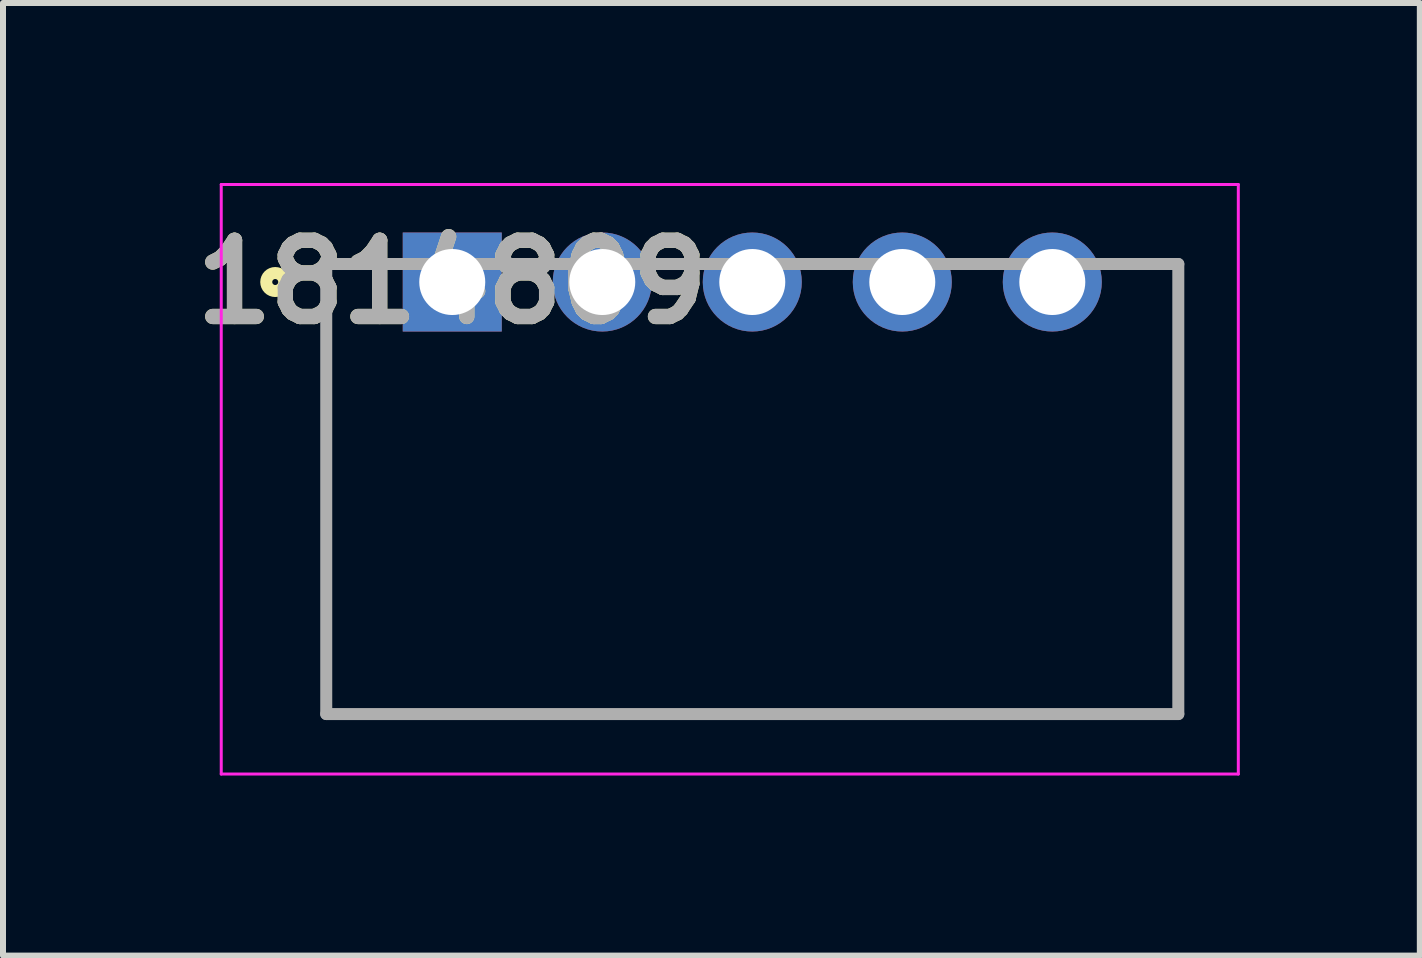
<source format=kicad_pcb>
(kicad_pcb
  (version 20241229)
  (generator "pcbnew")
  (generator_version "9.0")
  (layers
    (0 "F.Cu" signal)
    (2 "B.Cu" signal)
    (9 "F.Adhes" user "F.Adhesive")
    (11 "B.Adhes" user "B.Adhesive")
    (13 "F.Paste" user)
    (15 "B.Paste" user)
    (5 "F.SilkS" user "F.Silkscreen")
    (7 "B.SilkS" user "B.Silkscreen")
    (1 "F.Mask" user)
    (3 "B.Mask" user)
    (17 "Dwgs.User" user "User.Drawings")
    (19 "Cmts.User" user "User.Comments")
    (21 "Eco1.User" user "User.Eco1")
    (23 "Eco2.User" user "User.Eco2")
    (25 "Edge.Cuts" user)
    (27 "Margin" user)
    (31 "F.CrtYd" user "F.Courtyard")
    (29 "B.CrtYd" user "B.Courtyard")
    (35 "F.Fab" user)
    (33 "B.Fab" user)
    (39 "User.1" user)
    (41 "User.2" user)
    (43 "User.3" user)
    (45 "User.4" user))
  (footprint "1814809"
    (layer "F.Cu")
    (at 4.487 1.65)
    (property "Reference" "1814809" (at 0 0 0) (layer "F.SilkS") (effects (font (size 1.27 1.27) (thickness 0.254))))
    (attr through_hole)
    (fp_line (start -2.1 7.2) (end -2.1 -0.3) (stroke (width 0.1) (type solid)) (layer "F.SilkS"))
    (fp_line (start 12.1 -0.3) (end 12.1 7.2) (stroke (width 0.1) (type solid)) (layer "F.SilkS"))
    (fp_line (start 12.1 7.2) (end -2.1 7.2) (stroke (width 0.1) (type solid)) (layer "F.SilkS"))
    (fp_circle (center -2.95 0) (end -2.95 0.05) (stroke (width 0.2) (type solid)) (fill no) (layer "F.SilkS"))
    (fp_line (start -3.85 -1.625) (end 13.1 -1.625) (stroke (width 0.05) (type solid)) (layer "F.CrtYd"))
    (fp_line (start -3.85 8.2) (end -3.85 -1.625) (stroke (width 0.05) (type solid)) (layer "F.CrtYd"))
    (fp_line (start 13.1 -1.625) (end 13.1 8.2) (stroke (width 0.05) (type solid)) (layer "F.CrtYd"))
    (fp_line (start 13.1 8.2) (end -3.85 8.2) (stroke (width 0.05) (type solid)) (layer "F.CrtYd"))
    (fp_line (start -2.1 -0.3) (end 12.1 -0.3) (stroke (width 0.2) (type solid)) (layer "F.Fab"))
    (fp_line (start -2.1 7.2) (end -2.1 -0.3) (stroke (width 0.2) (type solid)) (layer "F.Fab"))
    (fp_line (start 12.1 -0.3) (end 12.1 7.2) (stroke (width 0.2) (type solid)) (layer "F.Fab"))
    (fp_line (start 12.1 7.2) (end -2.1 7.2) (stroke (width 0.2) (type solid)) (layer "F.Fab"))
    (fp_text user "${REFERENCE}" (at 0 0 0) (layer "F.Fab") (effects (font (size 1.27 1.27) (thickness 0.254))))
    (pad "1" thru_hole rect (at 0 0) (size 1.65 1.65) (drill 1.1) (layers "*.Cu" "*.Mask"))
    (pad "2" thru_hole circle (at 2.5 0) (size 1.65 1.65) (drill 1.1) (layers "*.Cu" "*.Mask"))
    (pad "3" thru_hole circle (at 5 0) (size 1.65 1.65) (drill 1.1) (layers "*.Cu" "*.Mask"))
    (pad "4" thru_hole circle (at 7.5 0) (size 1.65 1.65) (drill 1.1) (layers "*.Cu" "*.Mask"))
    (pad "5" thru_hole circle (at 10 0) (size 1.65 1.65) (drill 1.1) (layers "*.Cu" "*.Mask")))
  (gr_rect
    (start -3 -3)
    (end 20.612 12.875)
    (stroke (width 0.1) (type default))
    (fill no)
    (layer "Edge.Cuts")))
</source>
